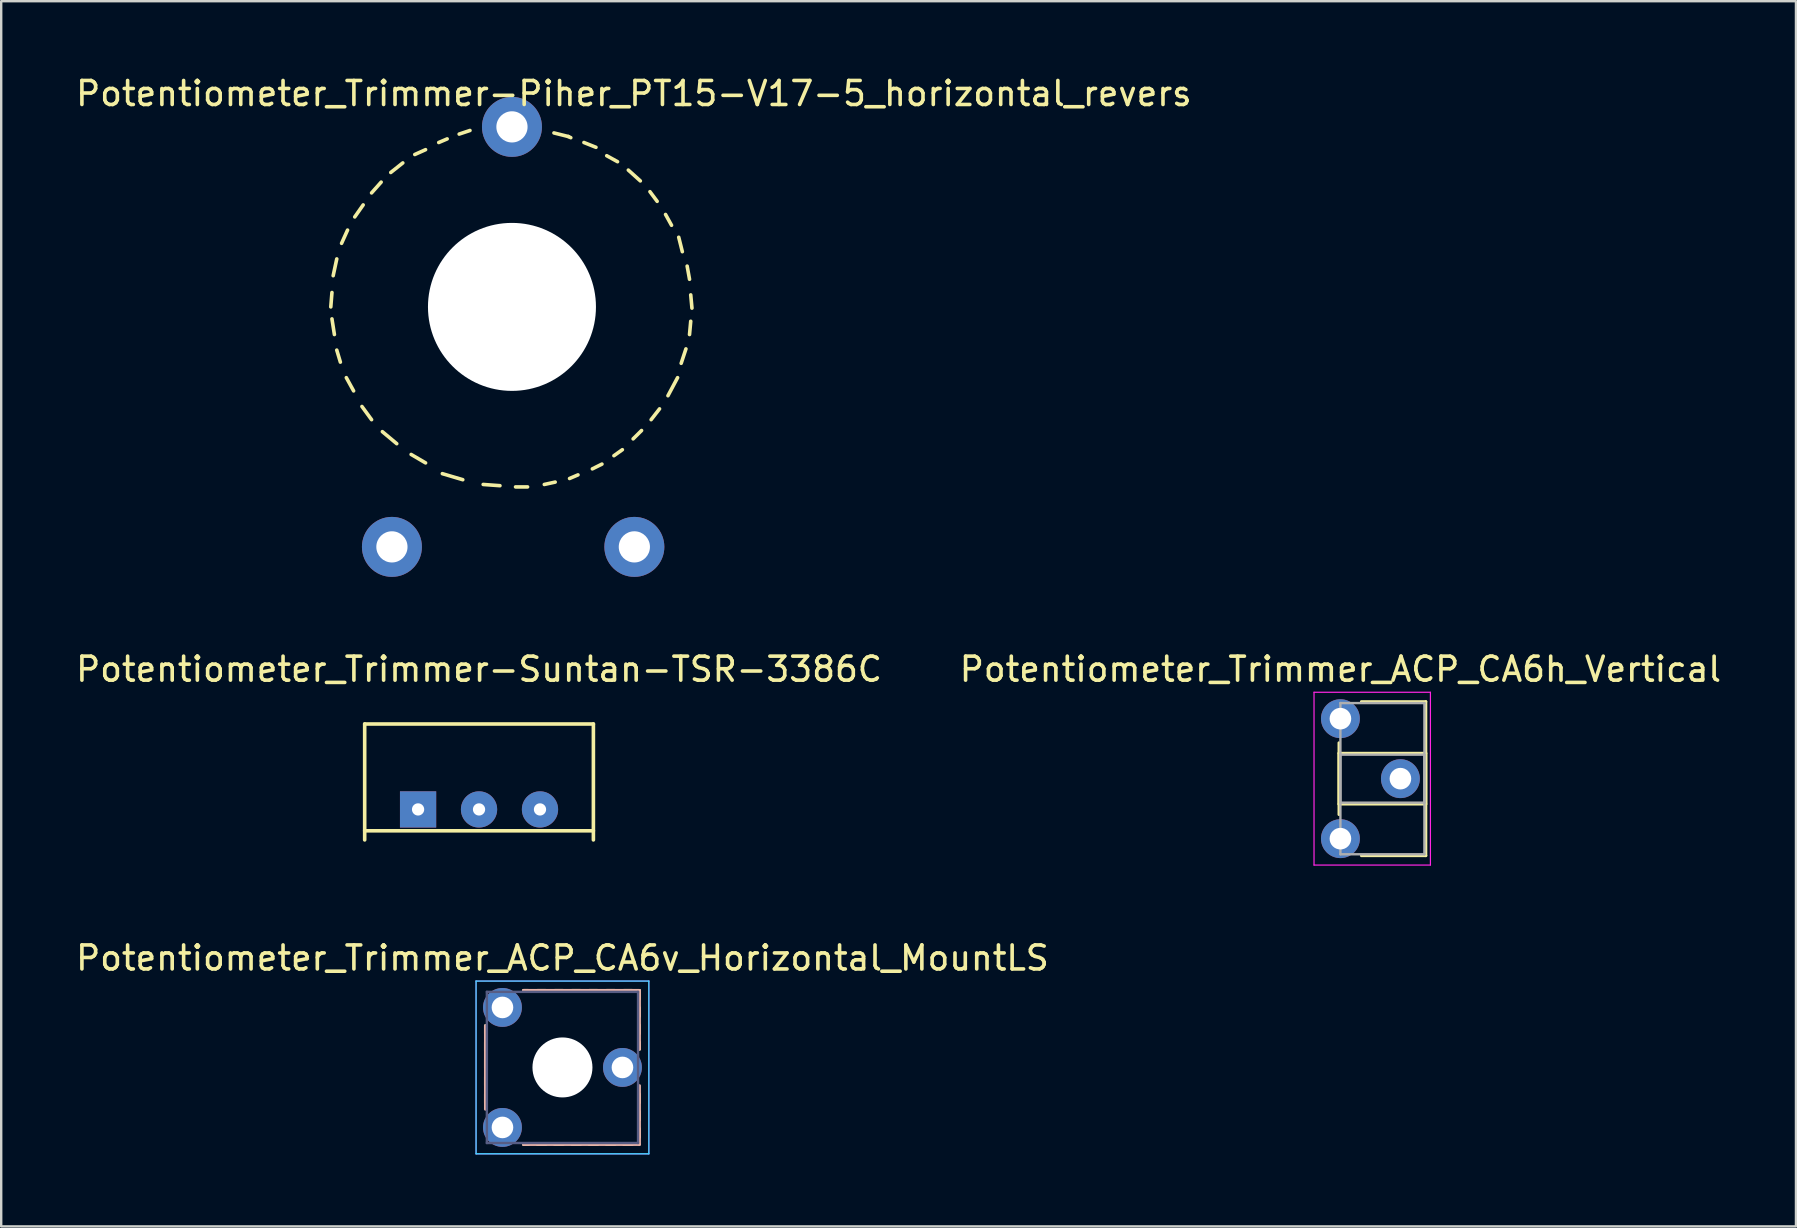
<source format=kicad_pcb>
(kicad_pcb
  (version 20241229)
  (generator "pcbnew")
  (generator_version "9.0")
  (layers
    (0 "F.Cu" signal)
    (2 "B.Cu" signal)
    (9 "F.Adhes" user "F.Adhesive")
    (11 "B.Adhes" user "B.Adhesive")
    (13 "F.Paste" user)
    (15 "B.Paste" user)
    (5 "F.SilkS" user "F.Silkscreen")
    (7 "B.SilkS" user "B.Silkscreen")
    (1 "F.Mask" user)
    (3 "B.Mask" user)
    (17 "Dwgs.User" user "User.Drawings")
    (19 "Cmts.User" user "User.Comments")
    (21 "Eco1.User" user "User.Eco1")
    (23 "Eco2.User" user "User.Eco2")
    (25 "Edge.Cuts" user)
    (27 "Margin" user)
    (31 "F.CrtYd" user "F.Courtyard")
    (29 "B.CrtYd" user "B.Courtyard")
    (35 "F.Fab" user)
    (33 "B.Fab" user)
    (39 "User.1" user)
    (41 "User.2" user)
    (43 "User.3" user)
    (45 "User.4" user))
  (footprint "Potentiometer_Trimmer_ACP_CA6h_Vertical"
    (layer "F.Cu")
    (at 52.804 26.896)
    (property "Reference" "Potentiometer_Trimmer_ACP_CA6h_Vertical" (at 0 -2.06 0) (layer "F.SilkS") (effects (font (size 1 1) (thickness 0.15))))
    (attr through_hole)
    (fp_line (start -0.061 1.005) (end -0.061 3.996) (stroke (width 0.12) (type solid)) (layer "F.SilkS"))
    (fp_line (start -0.061 1.44) (end -0.061 3.56) (stroke (width 0.12) (type solid)) (layer "F.SilkS"))
    (fp_line (start -0.061 1.44) (end 3.56 1.44) (stroke (width 0.12) (type solid)) (layer "F.SilkS"))
    (fp_line (start -0.061 3.56) (end 3.56 3.56) (stroke (width 0.12) (type solid)) (layer "F.SilkS"))
    (fp_line (start 0.873 -0.71) (end 3.56 -0.71) (stroke (width 0.12) (type solid)) (layer "F.SilkS"))
    (fp_line (start 0.873 5.71) (end 3.56 5.71) (stroke (width 0.12) (type solid)) (layer "F.SilkS"))
    (fp_line (start 3.56 -0.71) (end 3.56 5.71) (stroke (width 0.12) (type solid)) (layer "F.SilkS"))
    (fp_line (start 3.56 1.44) (end 3.56 3.56) (stroke (width 0.12) (type solid)) (layer "F.SilkS"))
    (fp_line (start -1.1 -1.1) (end -1.1 6.1) (stroke (width 0.05) (type solid)) (layer "F.CrtYd"))
    (fp_line (start -1.1 6.1) (end 3.75 6.1) (stroke (width 0.05) (type solid)) (layer "F.CrtYd"))
    (fp_line (start 3.75 -1.1) (end -1.1 -1.1) (stroke (width 0.05) (type solid)) (layer "F.CrtYd"))
    (fp_line (start 3.75 6.1) (end 3.75 -1.1) (stroke (width 0.05) (type solid)) (layer "F.CrtYd"))
    (fp_line (start 0 -0.65) (end 3.5 -0.65) (stroke (width 0.1) (type solid)) (layer "F.Fab"))
    (fp_line (start 0 1.5) (end 0 3.5) (stroke (width 0.1) (type solid)) (layer "F.Fab"))
    (fp_line (start 0 3.5) (end 3.5 3.5) (stroke (width 0.1) (type solid)) (layer "F.Fab"))
    (fp_line (start 0 5.65) (end 0 -0.65) (stroke (width 0.1) (type solid)) (layer "F.Fab"))
    (fp_line (start 3.5 -0.65) (end 3.5 5.65) (stroke (width 0.1) (type solid)) (layer "F.Fab"))
    (fp_line (start 3.5 1.5) (end 0 1.5) (stroke (width 0.1) (type solid)) (layer "F.Fab"))
    (fp_line (start 3.5 3.5) (end 3.5 1.5) (stroke (width 0.1) (type solid)) (layer "F.Fab"))
    (fp_line (start 3.5 5.65) (end 0 5.65) (stroke (width 0.1) (type solid)) (layer "F.Fab"))
    (pad "1" thru_hole circle (at 0 0) (size 1.62 1.62) (drill 0.9) (layers "*.Cu" "*.Mask"))
    (pad "2" thru_hole circle (at 2.5 2.5) (size 1.62 1.62) (drill 0.9) (layers "*.Cu" "*.Mask"))
    (pad "3" thru_hole circle (at 0 5) (size 1.62 1.62) (drill 0.9) (layers "*.Cu" "*.Mask")))
  (footprint "Potentiometer_Trimmer_ACP_CA6v_Horizontal_MountLS"
    (layer "F.Cu")
    (at 17.887 43.929)
    (property "Reference" "Potentiometer_Trimmer_ACP_CA6v_Horizontal_MountLS" (at 2.5 -7.06 0) (layer "F.SilkS") (effects (font (size 1 1) (thickness 0.15))))
    (attr through_hole)
    (fp_line (start -0.71 -4.242) (end -0.71 -3.91) (stroke (width 0.12) (type solid)) (layer "F.SilkS"))
    (fp_line (start -0.71 -3.55) (end -0.71 -3.19) (stroke (width 0.12) (type solid)) (layer "F.SilkS"))
    (fp_line (start -0.71 -2.83) (end -0.71 -2.47) (stroke (width 0.12) (type solid)) (layer "F.SilkS"))
    (fp_line (start -0.71 -2.11) (end -0.71 -1.75) (stroke (width 0.12) (type solid)) (layer "F.SilkS"))
    (fp_line (start -0.71 -1.39) (end -0.71 -1.03) (stroke (width 0.12) (type solid)) (layer "F.SilkS"))
    (fp_line (start 0.873 -5.71) (end 1.09 -5.71) (stroke (width 0.12) (type solid)) (layer "F.SilkS"))
    (fp_line (start 0.873 0.71) (end 1.09 0.71) (stroke (width 0.12) (type solid)) (layer "F.SilkS"))
    (fp_line (start 1.45 -5.71) (end 1.81 -5.71) (stroke (width 0.12) (type solid)) (layer "F.SilkS"))
    (fp_line (start 1.45 0.71) (end 1.81 0.71) (stroke (width 0.12) (type solid)) (layer "F.SilkS"))
    (fp_line (start 2.17 -5.71) (end 2.53 -5.71) (stroke (width 0.12) (type solid)) (layer "F.SilkS"))
    (fp_line (start 2.17 0.71) (end 2.53 0.71) (stroke (width 0.12) (type solid)) (layer "F.SilkS"))
    (fp_line (start 2.89 -5.71) (end 3.25 -5.71) (stroke (width 0.12) (type solid)) (layer "F.SilkS"))
    (fp_line (start 2.89 0.71) (end 3.25 0.71) (stroke (width 0.12) (type solid)) (layer "F.SilkS"))
    (fp_line (start 3.61 -5.71) (end 3.97 -5.71) (stroke (width 0.12) (type solid)) (layer "F.SilkS"))
    (fp_line (start 3.61 0.71) (end 3.97 0.71) (stroke (width 0.12) (type solid)) (layer "F.SilkS"))
    (fp_line (start 4.33 -5.71) (end 4.69 -5.71) (stroke (width 0.12) (type solid)) (layer "F.SilkS"))
    (fp_line (start 4.33 0.71) (end 4.69 0.71) (stroke (width 0.12) (type solid)) (layer "F.SilkS"))
    (fp_line (start 5.05 -5.71) (end 5.41 -5.71) (stroke (width 0.12) (type solid)) (layer "F.SilkS"))
    (fp_line (start 5.05 0.71) (end 5.41 0.71) (stroke (width 0.12) (type solid)) (layer "F.SilkS"))
    (fp_line (start 5.71 -5.71) (end 5.71 -5.35) (stroke (width 0.12) (type solid)) (layer "F.SilkS"))
    (fp_line (start 5.71 -4.989) (end 5.71 -4.63) (stroke (width 0.12) (type solid)) (layer "F.SilkS"))
    (fp_line (start 5.71 -4.27) (end 5.71 -3.91) (stroke (width 0.12) (type solid)) (layer "F.SilkS"))
    (fp_line (start 5.71 -3.55) (end 5.71 -3.257) (stroke (width 0.12) (type solid)) (layer "F.SilkS"))
    (fp_line (start 5.71 -1.39) (end 5.71 -1.03) (stroke (width 0.12) (type solid)) (layer "F.SilkS"))
    (fp_line (start 5.71 -0.67) (end 5.71 -0.31) (stroke (width 0.12) (type solid)) (layer "F.SilkS"))
    (fp_line (start 5.71 0.05) (end 5.71 0.41) (stroke (width 0.12) (type solid)) (layer "F.SilkS"))
    (fp_line (start -0.71 -4.242) (end -0.71 -0.757) (stroke (width 0.12) (type solid)) (layer "B.SilkS"))
    (fp_line (start 0.873 -5.71) (end 5.71 -5.71) (stroke (width 0.12) (type solid)) (layer "B.SilkS"))
    (fp_line (start 0.873 0.71) (end 5.71 0.71) (stroke (width 0.12) (type solid)) (layer "B.SilkS"))
    (fp_line (start 5.71 -5.71) (end 5.71 -3.257) (stroke (width 0.12) (type solid)) (layer "B.SilkS"))
    (fp_line (start 5.71 -1.742) (end 5.71 0.71) (stroke (width 0.12) (type solid)) (layer "B.SilkS"))
    (fp_line (start -1.1 -6.1) (end -1.1 1.1) (stroke (width 0.05) (type solid)) (layer "B.CrtYd"))
    (fp_line (start -1.1 1.1) (end 6.1 1.1) (stroke (width 0.05) (type solid)) (layer "B.CrtYd"))
    (fp_line (start 6.1 -6.1) (end -1.1 -6.1) (stroke (width 0.05) (type solid)) (layer "B.CrtYd"))
    (fp_line (start 6.1 1.1) (end 6.1 -6.1) (stroke (width 0.05) (type solid)) (layer "B.CrtYd"))
    (fp_line (start -1.1 -6.1) (end -1.1 1.1) (stroke (width 0.05) (type solid)) (layer "F.CrtYd"))
    (fp_line (start -1.1 1.1) (end 6.1 1.1) (stroke (width 0.05) (type solid)) (layer "F.CrtYd"))
    (fp_line (start 6.1 -6.1) (end -1.1 -6.1) (stroke (width 0.05) (type solid)) (layer "F.CrtYd"))
    (fp_line (start 6.1 1.1) (end 6.1 -6.1) (stroke (width 0.05) (type solid)) (layer "F.CrtYd"))
    (fp_line (start -0.65 -5.65) (end -0.65 0.65) (stroke (width 0.1) (type solid)) (layer "B.Fab"))
    (fp_line (start -0.65 0.65) (end 5.65 0.65) (stroke (width 0.1) (type solid)) (layer "B.Fab"))
    (fp_line (start 5.65 -5.65) (end -0.65 -5.65) (stroke (width 0.1) (type solid)) (layer "B.Fab"))
    (fp_line (start 5.65 0.65) (end 5.65 -5.65) (stroke (width 0.1) (type solid)) (layer "B.Fab"))
    (fp_circle (center 2.5 -2.5) (end 3.4 -2.5) (stroke (width 0.1) (type solid)) (fill no) (layer "B.Fab"))
    (fp_circle (center 2.5 -2.5) (end 3.5 -2.5) (stroke (width 0.1) (type solid)) (fill no) (layer "B.Fab"))
    (pad "" np_thru_hole circle (at 2.5 -2.5) (size 2.5 2.5) (drill 2.5) (layers "*.Cu" "*.Mask"))
    (pad "1" thru_hole circle (at 0 0) (size 1.62 1.62) (drill 0.9) (layers "*.Cu" "*.Mask"))
    (pad "2" thru_hole circle (at 5 -2.5) (size 1.62 1.62) (drill 0.9) (layers "*.Cu" "*.Mask"))
    (pad "3" thru_hole circle (at 0 -5) (size 1.62 1.62) (drill 0.9) (layers "*.Cu" "*.Mask")))
  (footprint "Potentiometer_Trimmer-Piher_PT15-V17-5_horizontal_revers"
    (layer "F.Cu")
    (at 23.383 19.738)
    (property "Reference" "Potentiometer_Trimmer-Piher_PT15-V17-5_horizontal_revers" (at -0.02 -18.89 0) (layer "F.SilkS") (effects (font (size 1 1) (thickness 0.15))))
    (attr through_hole)
    (fp_line (start -12.649 -10) (end -12.601 -10.599) (stroke (width 0.15) (type solid)) (layer "F.SilkS"))
    (fp_line (start -12.55 -11.3) (end -12.4 -11.999) (stroke (width 0.15) (type solid)) (layer "F.SilkS"))
    (fp_line (start -12.499 -8.849) (end -12.601 -9.5) (stroke (width 0.15) (type solid)) (layer "F.SilkS"))
    (fp_line (start -12.25 -7.699) (end -12.4 -8.199) (stroke (width 0.15) (type solid)) (layer "F.SilkS"))
    (fp_line (start -12.2 -12.649) (end -11.951 -13.2) (stroke (width 0.15) (type solid)) (layer "F.SilkS"))
    (fp_line (start -11.699 -6.5) (end -12.002 -7.051) (stroke (width 0.15) (type solid)) (layer "F.SilkS"))
    (fp_line (start -11.651 -13.749) (end -11.3 -14.249) (stroke (width 0.15) (type solid)) (layer "F.SilkS"))
    (fp_line (start -10.95 -14.75) (end -10.551 -15.199) (stroke (width 0.15) (type solid)) (layer "F.SilkS"))
    (fp_line (start -10.95 -5.301) (end -11.351 -5.85) (stroke (width 0.15) (type solid)) (layer "F.SilkS"))
    (fp_line (start -10.15 -15.601) (end -9.649 -15.999) (stroke (width 0.15) (type solid)) (layer "F.SilkS"))
    (fp_line (start -9.901 -4.3) (end -10.5 -4.801) (stroke (width 0.15) (type solid)) (layer "F.SilkS"))
    (fp_line (start -9.149 -16.35) (end -8.7 -16.551) (stroke (width 0.15) (type solid)) (layer "F.SilkS"))
    (fp_line (start -8.7 -3.5) (end -9.301 -3.851) (stroke (width 0.15) (type solid)) (layer "F.SilkS"))
    (fp_line (start -8.151 -16.85) (end -7.8 -17) (stroke (width 0.15) (type solid)) (layer "F.SilkS"))
    (fp_line (start -7.3 -17.201) (end -6.85 -17.351) (stroke (width 0.15) (type solid)) (layer "F.SilkS"))
    (fp_line (start -7.15 -2.799) (end -8.001 -3.051) (stroke (width 0.15) (type solid)) (layer "F.SilkS"))
    (fp_line (start -6.101 -10) (end -5.85 -10) (stroke (width 0.15) (type solid)) (layer "F.SilkS"))
    (fp_line (start -5.601 -2.55) (end -6.299 -2.601) (stroke (width 0.15) (type solid)) (layer "F.SilkS"))
    (fp_line (start -5.4 -10) (end -4.801 -10) (stroke (width 0.15) (type solid)) (layer "F.SilkS"))
    (fp_line (start -5.151 -11.001) (end -5.1 -10.599) (stroke (width 0.15) (type solid)) (layer "F.SilkS"))
    (fp_line (start -5.1 -9.55) (end -5.1 -8.999) (stroke (width 0.15) (type solid)) (layer "F.SilkS"))
    (fp_line (start -4.45 -2.499) (end -4.95 -2.499) (stroke (width 0.15) (type solid)) (layer "F.SilkS"))
    (fp_line (start -4.399 -10) (end -4.1 -10) (stroke (width 0.15) (type solid)) (layer "F.SilkS"))
    (fp_line (start -3.35 -17.249) (end -2.751 -17.099) (stroke (width 0.15) (type solid)) (layer "F.SilkS"))
    (fp_line (start -3.299 -2.7) (end -3.752 -2.601) (stroke (width 0.15) (type solid)) (layer "F.SilkS"))
    (fp_line (start -2.751 -17.099) (end -2.649 -17.051) (stroke (width 0.15) (type solid)) (layer "F.SilkS"))
    (fp_line (start -2.349 -3) (end -2.7 -2.85) (stroke (width 0.15) (type solid)) (layer "F.SilkS"))
    (fp_line (start -2.101 -16.85) (end -1.6 -16.65) (stroke (width 0.15) (type solid)) (layer "F.SilkS"))
    (fp_line (start -1.351 -3.449) (end -1.75 -3.251) (stroke (width 0.15) (type solid)) (layer "F.SilkS"))
    (fp_line (start -1.151 -16.299) (end -0.701 -16.05) (stroke (width 0.15) (type solid)) (layer "F.SilkS"))
    (fp_line (start -0.5 -4.049) (end -0.851 -3.8) (stroke (width 0.15) (type solid)) (layer "F.SilkS"))
    (fp_line (start -0.251 -15.7) (end 0.249 -15.25) (stroke (width 0.15) (type solid)) (layer "F.SilkS"))
    (fp_line (start 0.3 -4.849) (end -0.051 -4.501) (stroke (width 0.15) (type solid)) (layer "F.SilkS"))
    (fp_line (start 0.65 -14.801) (end 0.95 -14.399) (stroke (width 0.15) (type solid)) (layer "F.SilkS"))
    (fp_line (start 1.049 -5.751) (end 0.699 -5.301) (stroke (width 0.15) (type solid)) (layer "F.SilkS"))
    (fp_line (start 1.3 -13.851) (end 1.549 -13.401) (stroke (width 0.15) (type solid)) (layer "F.SilkS"))
    (fp_line (start 1.801 -7.051) (end 1.4 -6.299) (stroke (width 0.15) (type solid)) (layer "F.SilkS"))
    (fp_line (start 1.849 -12.901) (end 1.999 -12.301) (stroke (width 0.15) (type solid)) (layer "F.SilkS"))
    (fp_line (start 2.149 -8.25) (end 1.951 -7.65) (stroke (width 0.15) (type solid)) (layer "F.SilkS"))
    (fp_line (start 2.2 -11.699) (end 2.299 -11.151) (stroke (width 0.15) (type solid)) (layer "F.SilkS"))
    (fp_line (start 2.349 -10.5) (end 2.4 -9.949) (stroke (width 0.15) (type solid)) (layer "F.SilkS"))
    (fp_line (start 2.349 -9.401) (end 2.299 -8.849) (stroke (width 0.15) (type solid)) (layer "F.SilkS"))
    (pad "" np_thru_hole circle (at -5.1 -10) (size 7 7) (drill 7) (layers "*.Cu" "*.Mask"))
    (pad "1" thru_hole circle (at 0 0) (size 2.499 2.499) (drill 1.3) (layers "*.Cu" "*.Mask"))
    (pad "2" thru_hole circle (at -5.1 -17.501) (size 2.499 2.499) (drill 1.3) (layers "*.Cu" "*.Mask"))
    (pad "3" thru_hole circle (at -10.102 0) (size 2.499 2.499) (drill 1.3) (layers "*.Cu" "*.Mask")))
  (footprint "Potentiometer_Trimmer-Suntan-TSR-3386C"
    (layer "F.Cu")
    (at 14.371 30.678)
    (property "Reference" "Potentiometer_Trimmer-Suntan-TSR-3386C" (at 2.54 -5.842 0) (layer "F.SilkS") (effects (font (size 1 1) (thickness 0.15))))
    (attr through_hole)
    (fp_line (start -2.225 -3.56) (end -2.225 1.27) (stroke (width 0.15) (type solid)) (layer "F.SilkS"))
    (fp_line (start -2.225 -3.56) (end 7.305 -3.56) (stroke (width 0.15) (type solid)) (layer "F.SilkS"))
    (fp_line (start 7.305 -3.56) (end 7.305 1.27) (stroke (width 0.15) (type solid)) (layer "F.SilkS"))
    (fp_line (start 7.305 0.89) (end -2.225 0.89) (stroke (width 0.15) (type solid)) (layer "F.SilkS"))
    (pad "1" thru_hole rect (at 0 0) (size 1.51 1.51) (drill 0.51) (layers "*.Cu" "*.Mask"))
    (pad "2" thru_hole circle (at 2.54 0) (size 1.51 1.51) (drill 0.51) (layers "*.Cu" "*.Mask"))
    (pad "3" thru_hole circle (at 5.08 0) (size 1.51 1.51) (drill 0.51) (layers "*.Cu" "*.Mask")))
  (gr_rect
    (start -3 -3)
    (end 71.786 48.054)
    (stroke (width 0.1) (type default))
    (fill no)
    (layer "Edge.Cuts")))
</source>
